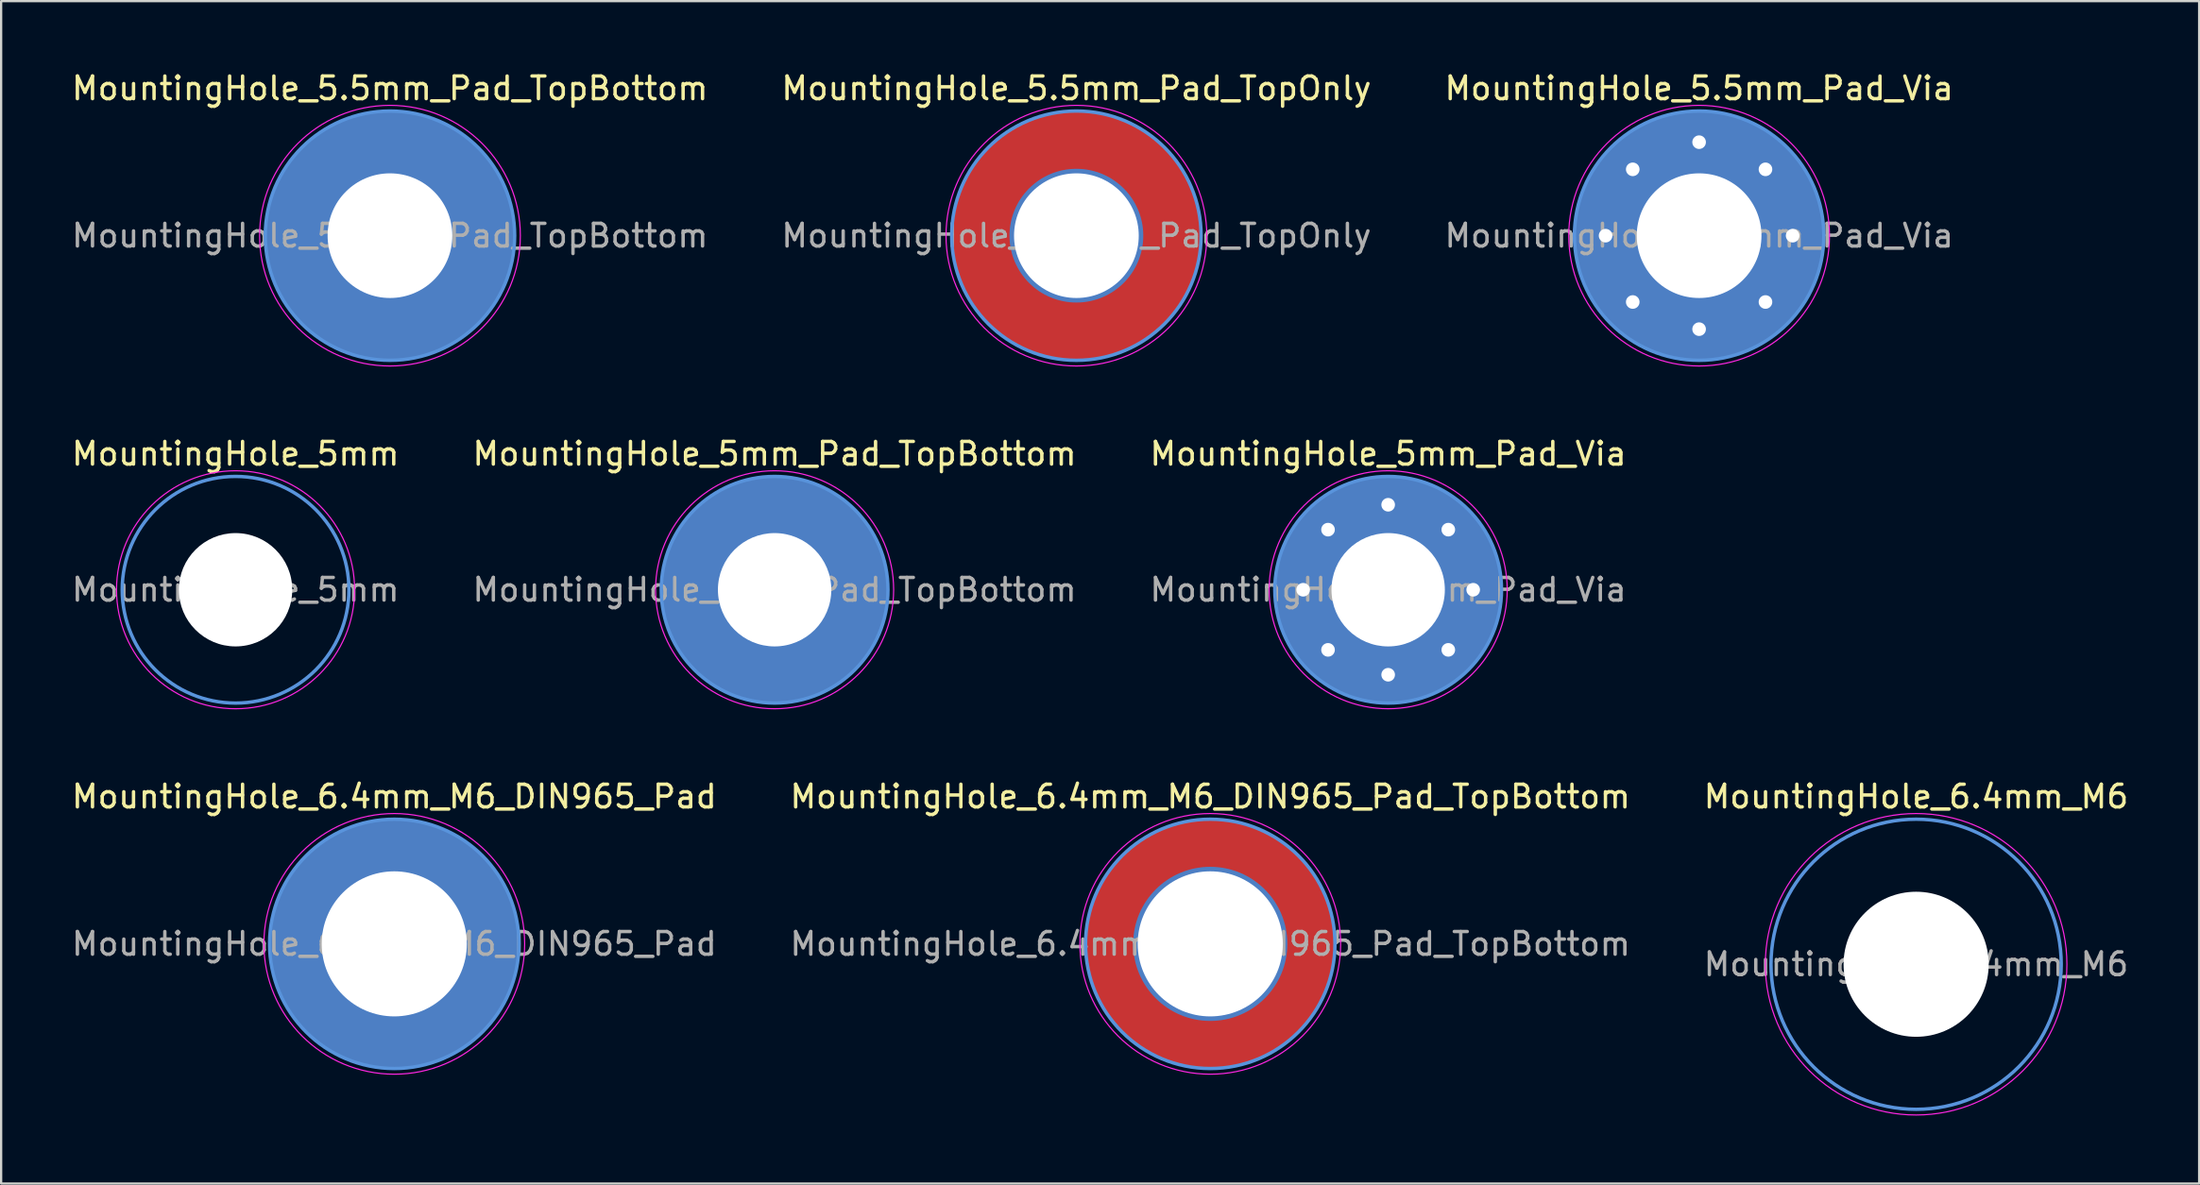
<source format=kicad_pcb>
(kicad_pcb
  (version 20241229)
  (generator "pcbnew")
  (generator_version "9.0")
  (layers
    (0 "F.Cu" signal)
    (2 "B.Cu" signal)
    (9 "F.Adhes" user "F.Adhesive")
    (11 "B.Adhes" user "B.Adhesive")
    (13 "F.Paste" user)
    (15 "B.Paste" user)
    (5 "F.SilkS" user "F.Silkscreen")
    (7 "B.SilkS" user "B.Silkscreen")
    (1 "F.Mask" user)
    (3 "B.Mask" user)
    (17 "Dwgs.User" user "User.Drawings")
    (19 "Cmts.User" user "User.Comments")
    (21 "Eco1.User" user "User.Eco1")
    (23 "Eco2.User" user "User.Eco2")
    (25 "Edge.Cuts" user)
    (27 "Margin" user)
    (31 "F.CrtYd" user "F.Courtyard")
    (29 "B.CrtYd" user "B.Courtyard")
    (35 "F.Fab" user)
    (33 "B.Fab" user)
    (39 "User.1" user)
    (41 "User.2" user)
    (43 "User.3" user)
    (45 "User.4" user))
  (footprint "MountingHole_5.5mm_Pad_Via"
    (layer "F.Cu")
    (at 71.887 7.348)
    (property "Reference" "MountingHole_5.5mm_Pad_Via" (at 0 -6.5 0) (layer "F.SilkS") (effects (font (size 1 1) (thickness 0.15))))
    (attr exclude_from_pos_files exclude_from_bom)
    (fp_circle (center 0 0) (end 5.5 0) (stroke (width 0.15) (type solid)) (fill no) (layer "Cmts.User"))
    (fp_circle (center 0 0) (end 5.75 0) (stroke (width 0.05) (type solid)) (fill no) (layer "F.CrtYd"))
    (fp_text user "${REFERENCE}" (at 0 0 0) (layer "F.Fab") (effects (font (size 1 1) (thickness 0.15))))
    (pad "" thru_hole circle (at -4.125 0) (size 0.9 0.9) (drill 0.6) (layers "*.Cu" "*.Mask"))
    (pad "" thru_hole circle (at -2.927 -2.927) (size 0.9 0.9) (drill 0.6) (layers "*.Cu" "*.Mask"))
    (pad "" thru_hole circle (at -2.927 2.927) (size 0.9 0.9) (drill 0.6) (layers "*.Cu" "*.Mask"))
    (pad "" thru_hole circle (at 0 -4.125) (size 0.9 0.9) (drill 0.6) (layers "*.Cu" "*.Mask"))
    (pad "" thru_hole circle (at 0 0) (size 11 11) (drill 5.5) (layers "*.Cu" "*.Mask"))
    (pad "" thru_hole circle (at 0 4.125) (size 0.9 0.9) (drill 0.6) (layers "*.Cu" "*.Mask"))
    (pad "" thru_hole circle (at 2.927 -2.927) (size 0.9 0.9) (drill 0.6) (layers "*.Cu" "*.Mask"))
    (pad "" thru_hole circle (at 2.927 2.927) (size 0.9 0.9) (drill 0.6) (layers "*.Cu" "*.Mask"))
    (pad "" thru_hole circle (at 4.125 0) (size 0.9 0.9) (drill 0.6) (layers "*.Cu" "*.Mask")))
  (footprint "MountingHole_5mm_Pad_TopBottom"
    (layer "F.Cu")
    (at 31.113 22.971)
    (property "Reference" "MountingHole_5mm_Pad_TopBottom" (at 0 -6 0) (layer "F.SilkS") (effects (font (size 1 1) (thickness 0.15))))
    (attr exclude_from_pos_files exclude_from_bom)
    (fp_circle (center 0 0) (end 5 0) (stroke (width 0.15) (type solid)) (fill no) (layer "Cmts.User"))
    (fp_circle (center 0 0) (end 5.25 0) (stroke (width 0.05) (type solid)) (fill no) (layer "F.CrtYd"))
    (fp_text user "${REFERENCE}" (at 0 0 0) (layer "F.Fab") (effects (font (size 1 1) (thickness 0.15))))
    (pad "1" thru_hole circle (at 0 0) (size 5.4 5.4) (drill 5) (layers "*.Cu" "*.Mask"))
    (pad "1" connect circle (at 0 0) (size 10 10) (layers "F.Cu" "F.Mask"))
    (pad "1" connect circle (at 0 0) (size 10 10) (layers "B.Cu" "B.Mask")))
  (footprint "MountingHole_5.5mm_Pad_TopBottom"
    (layer "F.Cu")
    (at 14.149 7.348)
    (property "Reference" "MountingHole_5.5mm_Pad_TopBottom" (at 0 -6.5 0) (layer "F.SilkS") (effects (font (size 1 1) (thickness 0.15))))
    (attr exclude_from_pos_files exclude_from_bom)
    (fp_circle (center 0 0) (end 5.5 0) (stroke (width 0.15) (type solid)) (fill no) (layer "Cmts.User"))
    (fp_circle (center 0 0) (end 5.75 0) (stroke (width 0.05) (type solid)) (fill no) (layer "F.CrtYd"))
    (fp_text user "${REFERENCE}" (at 0 0 0) (layer "F.Fab") (effects (font (size 1 1) (thickness 0.15))))
    (pad "1" thru_hole circle (at 0 0) (size 5.9 5.9) (drill 5.5) (layers "*.Cu" "*.Mask"))
    (pad "1" connect circle (at 0 0) (size 11 11) (layers "F.Cu" "F.Mask"))
    (pad "1" connect circle (at 0 0) (size 11 11) (layers "B.Cu" "B.Mask")))
  (footprint "MountingHole_5.5mm_Pad_TopOnly"
    (layer "F.Cu")
    (at 44.423 7.348)
    (property "Reference" "MountingHole_5.5mm_Pad_TopOnly" (at 0 -6.5 0) (layer "F.SilkS") (effects (font (size 1 1) (thickness 0.15))))
    (attr exclude_from_pos_files exclude_from_bom)
    (fp_circle (center 0 0) (end 5.5 0) (stroke (width 0.15) (type solid)) (fill no) (layer "Cmts.User"))
    (fp_circle (center 0 0) (end 5.75 0) (stroke (width 0.05) (type solid)) (fill no) (layer "F.CrtYd"))
    (fp_text user "${REFERENCE}" (at 0 0 0) (layer "F.Fab") (effects (font (size 1 1) (thickness 0.15))))
    (pad "1" thru_hole circle (at 0 0) (size 5.9 5.9) (drill 5.5) (layers "*.Cu" "*.Mask"))
    (pad "1" connect circle (at 0 0) (size 11 11) (layers "F.Cu" "F.Mask")))
  (footprint "MountingHole_6.4mm_M6"
    (layer "F.Cu")
    (at 81.458 39.495)
    (property "Reference" "MountingHole_6.4mm_M6" (at 0 -7.4 0) (layer "F.SilkS") (effects (font (size 1 1) (thickness 0.15))))
    (attr through_hole exclude_from_pos_files exclude_from_bom)
    (fp_circle (center 0 0) (end 6.4 0) (stroke (width 0.15) (type solid)) (fill no) (layer "Cmts.User"))
    (fp_circle (center 0 0) (end 6.65 0) (stroke (width 0.05) (type solid)) (fill no) (layer "F.CrtYd"))
    (fp_text user "${REFERENCE}" (at 0 0 0) (layer "F.Fab") (effects (font (size 1 1) (thickness 0.15))))
    (pad "" np_thru_hole circle (at 0 0) (size 6.4 6.4) (drill 6.4) (layers "*.Cu" "*.Mask")))
  (footprint "MountingHole_5mm_Pad_Via"
    (layer "F.Cu")
    (at 58.173 22.971)
    (property "Reference" "MountingHole_5mm_Pad_Via" (at 0 -6 0) (layer "F.SilkS") (effects (font (size 1 1) (thickness 0.15))))
    (attr exclude_from_pos_files exclude_from_bom)
    (fp_circle (center 0 0) (end 5 0) (stroke (width 0.15) (type solid)) (fill no) (layer "Cmts.User"))
    (fp_circle (center 0 0) (end 5.25 0) (stroke (width 0.05) (type solid)) (fill no) (layer "F.CrtYd"))
    (fp_text user "${REFERENCE}" (at 0 0 0) (layer "F.Fab") (effects (font (size 1 1) (thickness 0.15))))
    (pad "1" thru_hole circle (at -3.75 0) (size 0.9 0.9) (drill 0.6) (layers "*.Cu" "*.Mask"))
    (pad "1" thru_hole circle (at -2.652 -2.652) (size 0.9 0.9) (drill 0.6) (layers "*.Cu" "*.Mask"))
    (pad "1" thru_hole circle (at -2.652 2.652) (size 0.9 0.9) (drill 0.6) (layers "*.Cu" "*.Mask"))
    (pad "1" thru_hole circle (at 0 -3.75) (size 0.9 0.9) (drill 0.6) (layers "*.Cu" "*.Mask"))
    (pad "1" thru_hole circle (at 0 0) (size 10 10) (drill 5) (layers "*.Cu" "*.Mask"))
    (pad "1" thru_hole circle (at 0 3.75) (size 0.9 0.9) (drill 0.6) (layers "*.Cu" "*.Mask"))
    (pad "1" thru_hole circle (at 2.652 -2.652) (size 0.9 0.9) (drill 0.6) (layers "*.Cu" "*.Mask"))
    (pad "1" thru_hole circle (at 2.652 2.652) (size 0.9 0.9) (drill 0.6) (layers "*.Cu" "*.Mask"))
    (pad "1" thru_hole circle (at 3.75 0) (size 0.9 0.9) (drill 0.6) (layers "*.Cu" "*.Mask")))
  (footprint "MountingHole_5mm"
    (layer "F.Cu")
    (at 7.339 22.971)
    (property "Reference" "MountingHole_5mm" (at 0 -6 0) (layer "F.SilkS") (effects (font (size 1 1) (thickness 0.15))))
    (attr exclude_from_pos_files exclude_from_bom)
    (fp_circle (center 0 0) (end 5 0) (stroke (width 0.15) (type solid)) (fill no) (layer "Cmts.User"))
    (fp_circle (center 0 0) (end 5.25 0) (stroke (width 0.05) (type solid)) (fill no) (layer "F.CrtYd"))
    (fp_text user "${REFERENCE}" (at 0 0 0) (layer "F.Fab") (effects (font (size 1 1) (thickness 0.15))))
    (pad "" np_thru_hole circle (at 0 0) (size 5 5) (drill 5) (layers "*.Cu" "*.Mask")))
  (footprint "MountingHole_6.4mm_M6_DIN965_Pad"
    (layer "F.Cu")
    (at 14.339 38.595)
    (property "Reference" "MountingHole_6.4mm_M6_DIN965_Pad" (at 0 -6.5 0) (layer "F.SilkS") (effects (font (size 1 1) (thickness 0.15))))
    (attr exclude_from_pos_files exclude_from_bom)
    (fp_circle (center 0 0) (end 5.5 0) (stroke (width 0.15) (type solid)) (fill no) (layer "Cmts.User"))
    (fp_circle (center 0 0) (end 5.75 0) (stroke (width 0.05) (type solid)) (fill no) (layer "F.CrtYd"))
    (fp_text user "${REFERENCE}" (at 0 0 0) (layer "F.Fab") (effects (font (size 1 1) (thickness 0.15))))
    (pad "" thru_hole circle (at 0 0) (size 11 11) (drill 6.4) (layers "*.Cu" "*.Mask")))
  (footprint "MountingHole_6.4mm_M6_DIN965_Pad_TopBottom"
    (layer "F.Cu")
    (at 50.327 38.595)
    (property "Reference" "MountingHole_6.4mm_M6_DIN965_Pad_TopBottom" (at 0 -6.5 0) (layer "F.SilkS") (effects (font (size 1 1) (thickness 0.15))))
    (attr exclude_from_pos_files exclude_from_bom)
    (fp_circle (center 0 0) (end 5.5 0) (stroke (width 0.15) (type solid)) (fill no) (layer "Cmts.User"))
    (fp_circle (center 0 0) (end 5.75 0) (stroke (width 0.05) (type solid)) (fill no) (layer "F.CrtYd"))
    (fp_text user "${REFERENCE}" (at 0 0 0) (layer "F.Fab") (effects (font (size 1 1) (thickness 0.15))))
    (pad "" connect circle (at 0 0) (size 11 11) (layers "B.Mask" "Rescue"))
    (pad "1" thru_hole circle (at 0 0) (size 6.8 6.8) (drill 6.4) (layers "*.Cu" "*.Mask"))
    (pad "1" connect circle (at 0 0) (size 11 11) (layers "F.Cu" "F.Mask")))
  (gr_rect
    (start -3 -3)
    (end 93.94 49.17)
    (stroke (width 0.1) (type default))
    (fill no)
    (layer "Edge.Cuts")))
</source>
